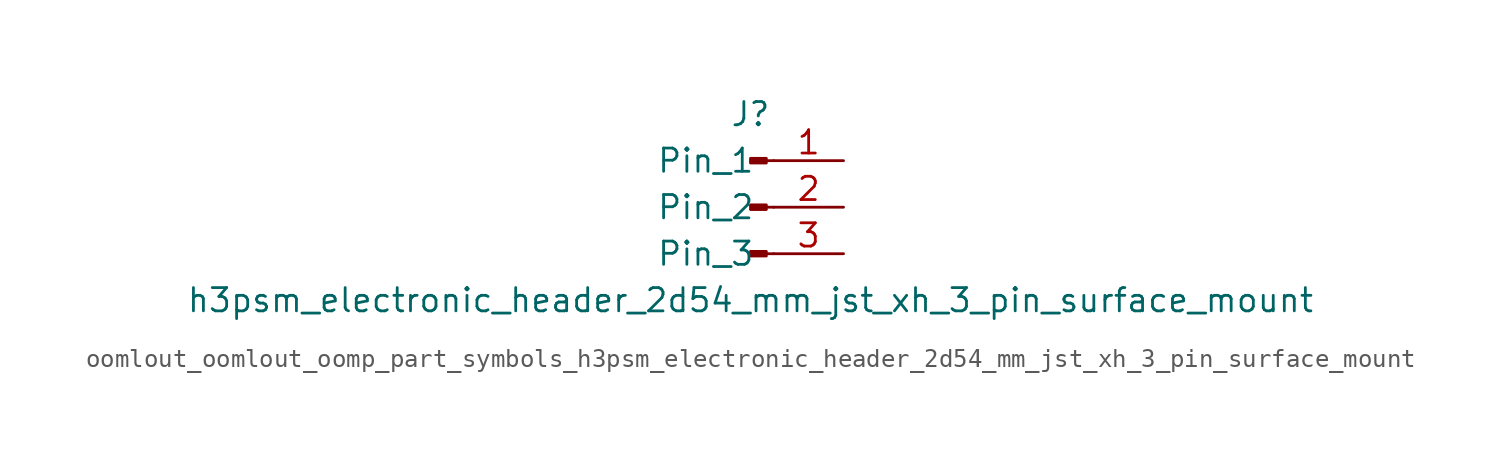
<source format=kicad_sym>
(kicad_symbol_lib
  (version 20220914)
  (generator kicad_symbol_editor)
  (symbol "oomlout_oomlout_oomp_part_symbols_h3psm_electronic_header_2d54_mm_jst_xh_3_pin_surface_mount"
    (pin_names
      (offset 1.016))
    (property "Reference" "J"
      (at 0 5.08 0)
      (effects (font (size 1.27 1.27))))
    (property "Value" "h3psm_electronic_header_2d54_mm_jst_xh_3_pin_surface_mount"
      (at 0 -5.08 0)
      (effects (font (size 1.27 1.27))))
    (property "ki_locked" ""
      (at 0 0 0)
      (effects (font (size 1.27 1.27))))
    (symbol "oomlout_oomlout_oomp_part_symbols_h3psm_electronic_header_2d54_mm_jst_xh_3_pin_surface_mount_1_1"
      (polyline (pts (xy 1.27 -2.54) (xy 0.864 -2.54)) (stroke (width 0.152) (type default)) (fill (type none)))
      (polyline (pts (xy 1.27 0) (xy 0.864 0)) (stroke (width 0.152) (type default)) (fill (type none)))
      (polyline (pts (xy 1.27 2.54) (xy 0.864 2.54)) (stroke (width 0.152) (type default)) (fill (type none)))
      (rectangle (start 0.864 -2.413) (end 0 -2.667) (stroke (width 0.152) (type default)) (fill (type outline)))
      (rectangle (start 0.864 0.127) (end 0 -0.127) (stroke (width 0.152) (type default)) (fill (type outline)))
      (rectangle (start 0.864 2.667) (end 0 2.413) (stroke (width 0.152) (type default)) (fill (type outline)))
      (pin passive line (at 5.08 2.54 180) (length 3.81) (name "Pin_1" (effects (font (size 1.27 1.27)))) (number "1" (effects (font (size 1.27 1.27)))))
      (pin passive line (at 5.08 0 180) (length 3.81) (name "Pin_2" (effects (font (size 1.27 1.27)))) (number "2" (effects (font (size 1.27 1.27)))))
      (pin passive line (at 5.08 -2.54 180) (length 3.81) (name "Pin_3" (effects (font (size 1.27 1.27)))) (number "3" (effects (font (size 1.27 1.27))))))))
</source>
